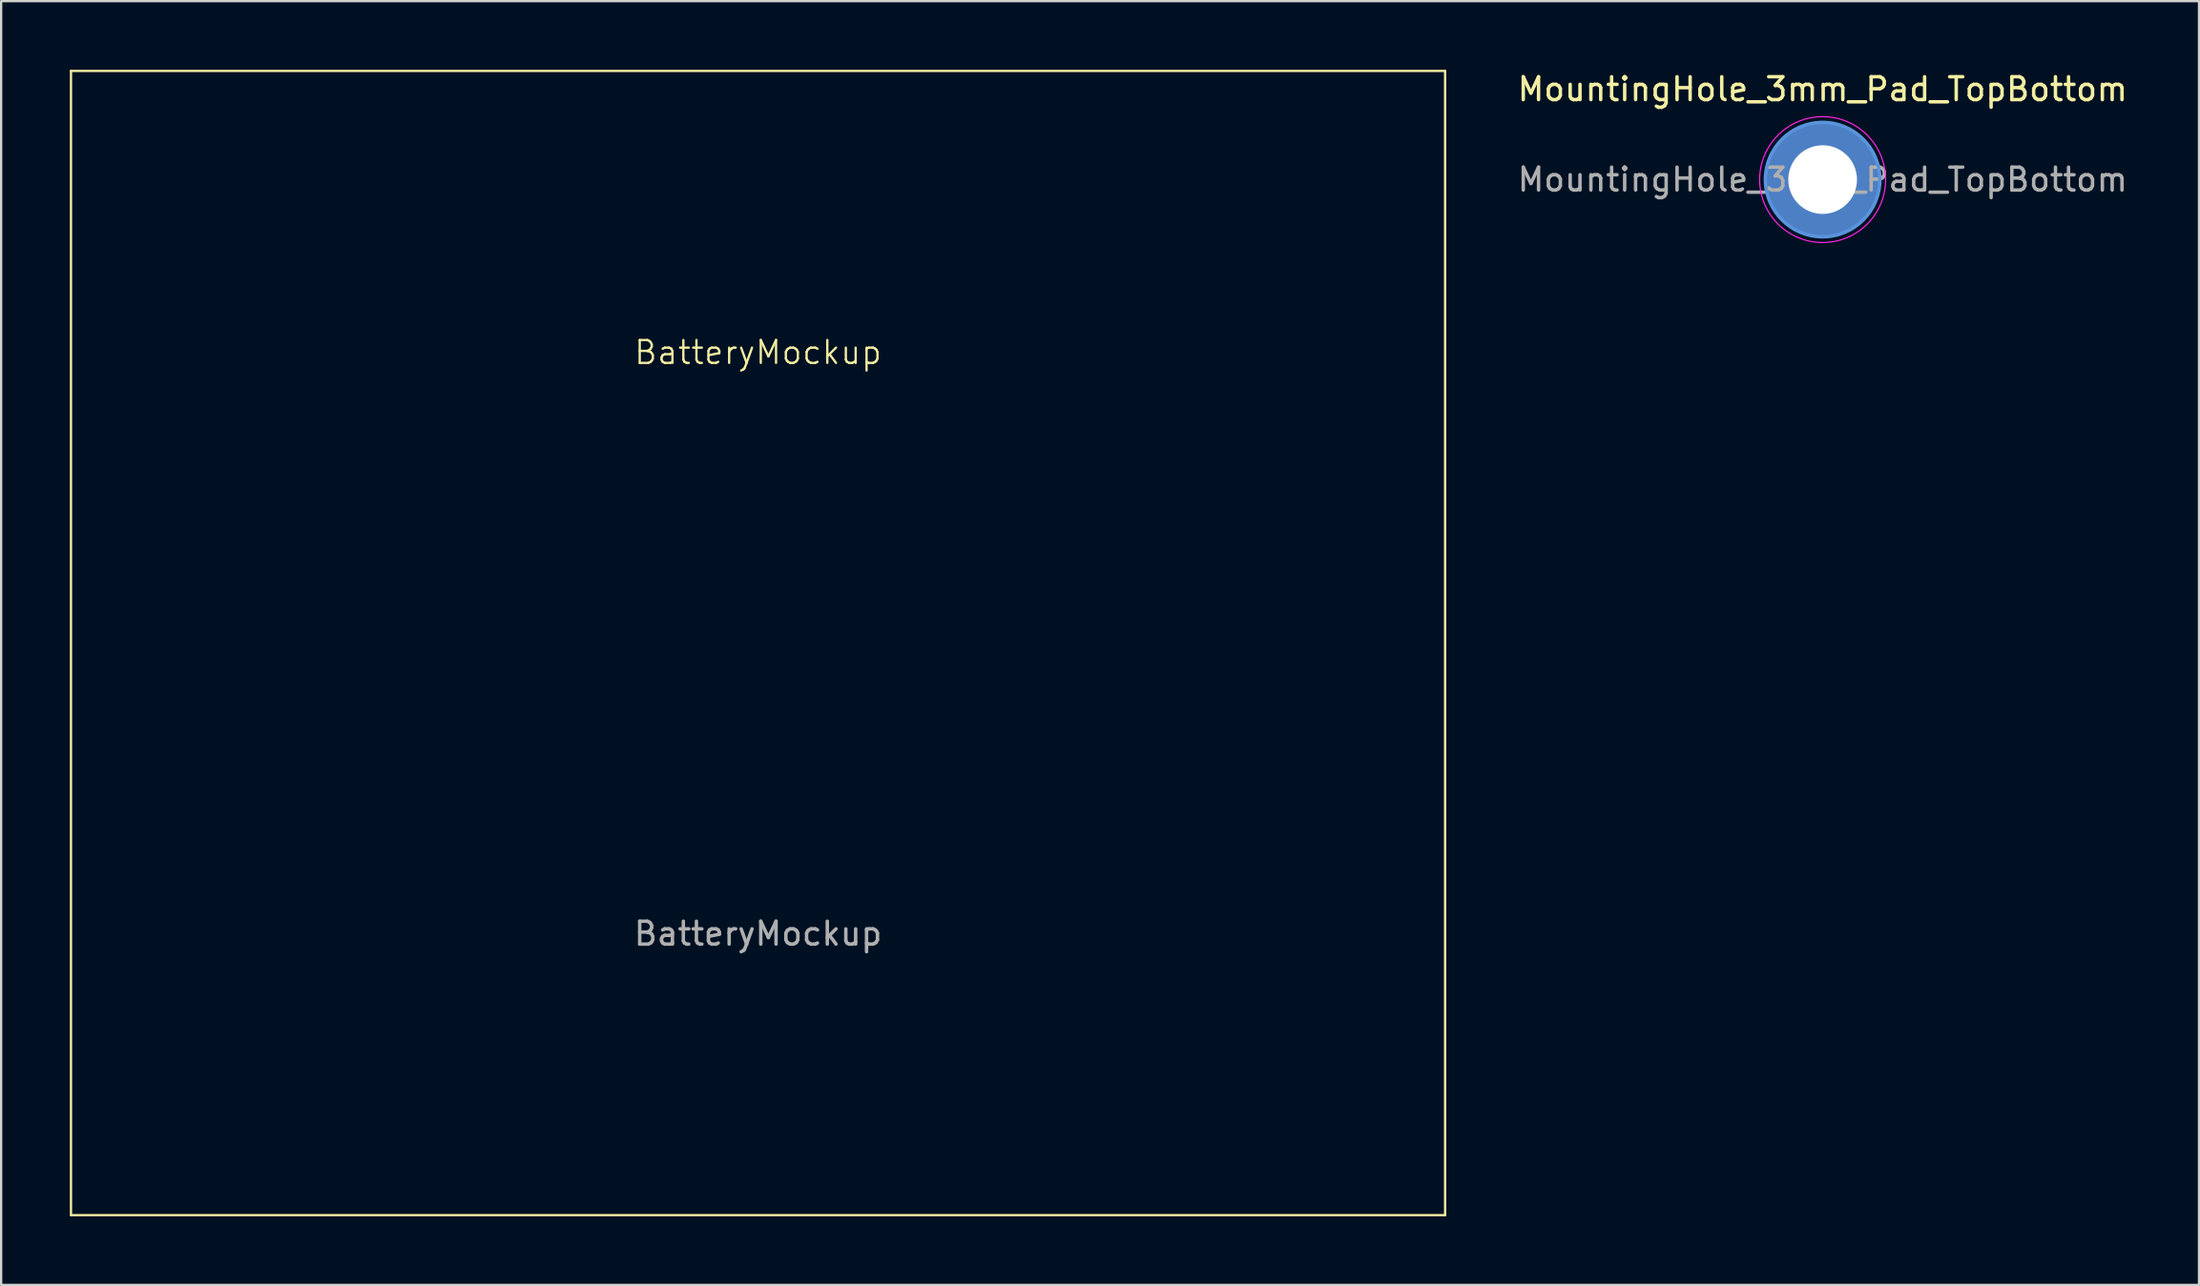
<source format=kicad_pcb>
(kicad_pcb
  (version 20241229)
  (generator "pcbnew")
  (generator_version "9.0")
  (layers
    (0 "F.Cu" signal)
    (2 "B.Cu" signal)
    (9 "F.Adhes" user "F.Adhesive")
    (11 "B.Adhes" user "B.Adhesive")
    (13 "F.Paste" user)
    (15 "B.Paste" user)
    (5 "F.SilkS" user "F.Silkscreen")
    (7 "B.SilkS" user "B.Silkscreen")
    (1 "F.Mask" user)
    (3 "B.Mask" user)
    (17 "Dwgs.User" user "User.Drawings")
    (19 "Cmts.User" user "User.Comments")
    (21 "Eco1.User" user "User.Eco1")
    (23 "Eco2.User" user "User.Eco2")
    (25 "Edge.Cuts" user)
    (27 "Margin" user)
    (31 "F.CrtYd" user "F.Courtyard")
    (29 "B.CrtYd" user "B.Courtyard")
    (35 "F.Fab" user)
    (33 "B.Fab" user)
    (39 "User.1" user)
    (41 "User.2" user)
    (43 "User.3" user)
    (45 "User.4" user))
  (footprint "BatteryMockup"
    (layer "F.Cu")
    (at 30.05 25.05)
    (property "Reference" "BatteryMockup" (at 0 -12.7 0) (unlocked yes) (layer "F.SilkS") (effects (font (size 1 1) (thickness 0.1))))
    (attr smd)
    (fp_line (start -30 -25) (end 30 -25) (stroke (width 0.1) (type default)) (layer "F.SilkS"))
    (fp_line (start -30 25) (end -30 -25) (stroke (width 0.1) (type default)) (layer "F.SilkS"))
    (fp_line (start 30 -25) (end 30 25) (stroke (width 0.1) (type default)) (layer "F.SilkS"))
    (fp_line (start 30 25) (end -30 25) (stroke (width 0.1) (type default)) (layer "F.SilkS"))
    (fp_text user "${REFERENCE}" (at 0 12.7 0) (unlocked yes) (layer "F.Fab") (effects (font (size 1 1) (thickness 0.15)))))
  (footprint "MountingHole_3mm_Pad_TopBottom"
    (layer "F.Cu")
    (at 76.535 4.798)
    (property "Reference" "MountingHole_3mm_Pad_TopBottom" (at 0 -3.95 0) (layer "F.SilkS") (effects (font (size 1 1) (thickness 0.15))))
    (attr exclude_from_pos_files exclude_from_bom)
    (fp_circle (center 0 0) (end 2.5 0) (stroke (width 0.15) (type solid)) (fill no) (layer "Cmts.User"))
    (fp_circle (center 0 0) (end 2.75 0) (stroke (width 0.05) (type solid)) (fill no) (layer "F.CrtYd"))
    (fp_text user "${REFERENCE}" (at 0 0 0) (layer "F.Fab") (effects (font (size 1 1) (thickness 0.15))))
    (pad "1" thru_hole circle (at 0 0) (size 3.4 3.4) (drill 3) (layers "*.Cu" "*.Mask"))
    (pad "1" connect circle (at 0 0) (size 5 5) (layers "F.Cu" "F.Mask"))
    (pad "1" connect circle (at 0 0) (size 5 5) (layers "B.Cu" "B.Mask")))
  (gr_rect
    (start -3 -3)
    (end 92.969 53.1)
    (stroke (width 0.1) (type default))
    (fill no)
    (layer "Edge.Cuts")))
</source>
